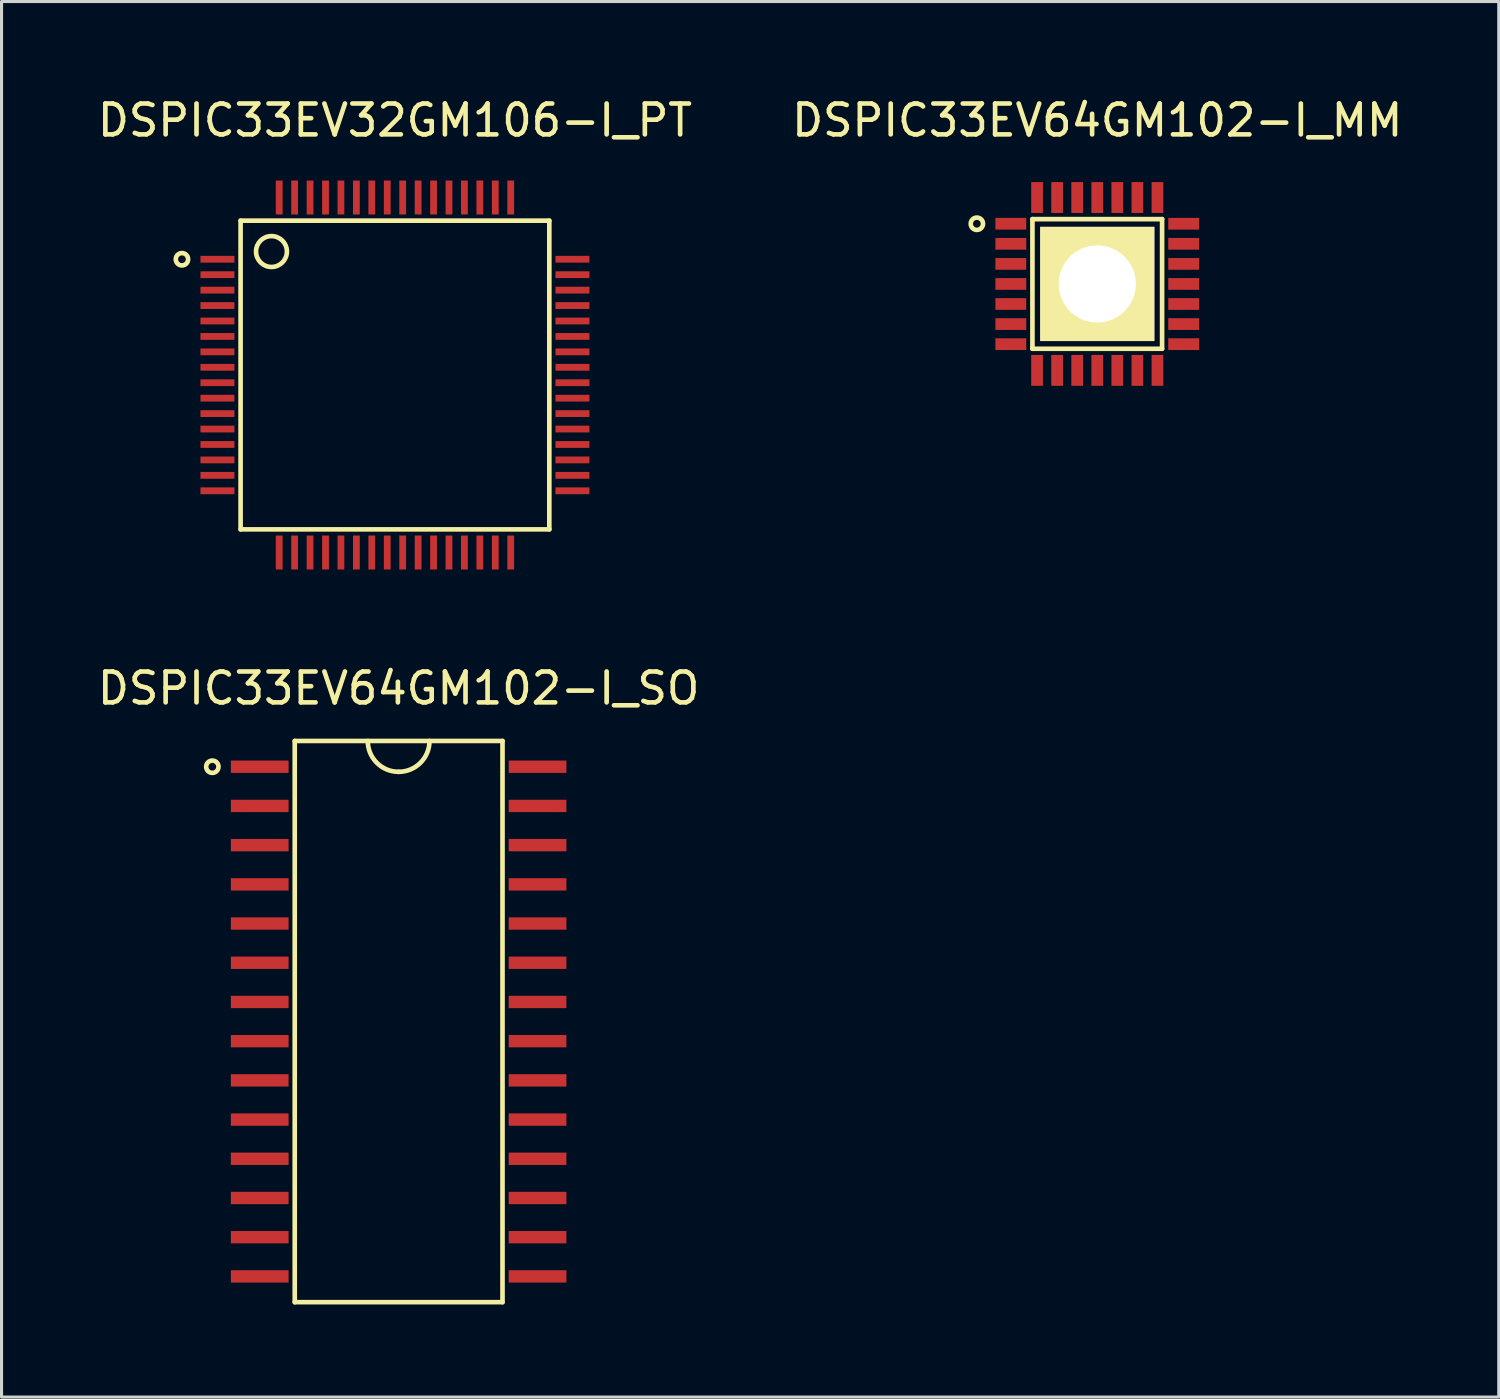
<source format=kicad_pcb>
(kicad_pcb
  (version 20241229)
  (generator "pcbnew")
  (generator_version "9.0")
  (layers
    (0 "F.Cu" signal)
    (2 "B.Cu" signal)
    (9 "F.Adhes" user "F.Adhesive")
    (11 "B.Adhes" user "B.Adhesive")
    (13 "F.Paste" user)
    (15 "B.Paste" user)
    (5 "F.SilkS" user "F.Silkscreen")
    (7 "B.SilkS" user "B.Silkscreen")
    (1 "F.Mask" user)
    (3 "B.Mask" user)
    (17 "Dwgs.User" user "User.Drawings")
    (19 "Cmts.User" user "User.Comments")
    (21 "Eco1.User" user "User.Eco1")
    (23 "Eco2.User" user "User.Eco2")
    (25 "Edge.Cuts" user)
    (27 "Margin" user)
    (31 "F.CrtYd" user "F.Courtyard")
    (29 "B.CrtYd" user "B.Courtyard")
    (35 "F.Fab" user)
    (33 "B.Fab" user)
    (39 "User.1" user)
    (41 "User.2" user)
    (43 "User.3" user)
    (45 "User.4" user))
  (footprint "DSPIC33EV64GM102-I_SO"
    (layer "F.Cu")
    (at 5.363 21.787)
    (property "Reference" "DSPIC33EV64GM102-I_SO" (at 4.5 -2.54 0) (layer "F.SilkS") (effects (font (size 1 1) (thickness 0.15))))
    (attr through_hole)
    (fp_line (start 1.135 -0.835) (end 7.865 -0.835) (stroke (width 0.15) (type solid)) (layer "F.SilkS"))
    (fp_line (start 1.135 17.345) (end 1.135 -0.835) (stroke (width 0.15) (type solid)) (layer "F.SilkS"))
    (fp_line (start 7.865 -0.835) (end 7.865 17.345) (stroke (width 0.15) (type solid)) (layer "F.SilkS"))
    (fp_line (start 7.865 17.345) (end 1.135 17.345) (stroke (width 0.15) (type solid)) (layer "F.SilkS"))
    (fp_arc (start 4.5 0.165) (mid 3.792893 -0.127893) (end 3.5 -0.835) (stroke (width 0.15) (type solid)) (layer "F.SilkS"))
    (fp_arc (start 5.5 -0.835) (mid 5.207107 -0.127893) (end 4.5 0.165) (stroke (width 0.15) (type solid)) (layer "F.SilkS"))
    (fp_circle (center -1.535 0) (end -1.535 0.2) (stroke (width 0.15) (type solid)) (fill no) (layer "F.SilkS"))
    (pad "1" smd rect (at 0 0) (size 1.87 0.4) (layers "F.Cu" "F.Mask" "F.Paste"))
    (pad "2" smd rect (at 0 1.27) (size 1.87 0.4) (layers "F.Cu" "F.Mask" "F.Paste"))
    (pad "3" smd rect (at 0 2.54) (size 1.87 0.4) (layers "F.Cu" "F.Mask" "F.Paste"))
    (pad "4" smd rect (at 0 3.81) (size 1.87 0.4) (layers "F.Cu" "F.Mask" "F.Paste"))
    (pad "5" smd rect (at 0 5.08) (size 1.87 0.4) (layers "F.Cu" "F.Mask" "F.Paste"))
    (pad "6" smd rect (at 0 6.35) (size 1.87 0.4) (layers "F.Cu" "F.Mask" "F.Paste"))
    (pad "7" smd rect (at 0 7.62) (size 1.87 0.4) (layers "F.Cu" "F.Mask" "F.Paste"))
    (pad "8" smd rect (at 0 8.89) (size 1.87 0.4) (layers "F.Cu" "F.Mask" "F.Paste"))
    (pad "9" smd rect (at 0 10.16) (size 1.87 0.4) (layers "F.Cu" "F.Mask" "F.Paste"))
    (pad "10" smd rect (at 0 11.43) (size 1.87 0.4) (layers "F.Cu" "F.Mask" "F.Paste"))
    (pad "11" smd rect (at 0 12.7) (size 1.87 0.4) (layers "F.Cu" "F.Mask" "F.Paste"))
    (pad "12" smd rect (at 0 13.97) (size 1.87 0.4) (layers "F.Cu" "F.Mask" "F.Paste"))
    (pad "13" smd rect (at 0 15.24) (size 1.87 0.4) (layers "F.Cu" "F.Mask" "F.Paste"))
    (pad "14" smd rect (at 0 16.51) (size 1.87 0.4) (layers "F.Cu" "F.Mask" "F.Paste"))
    (pad "15" smd rect (at 9 16.51) (size 1.87 0.4) (layers "F.Cu" "F.Mask" "F.Paste"))
    (pad "16" smd rect (at 9 15.24) (size 1.87 0.4) (layers "F.Cu" "F.Mask" "F.Paste"))
    (pad "17" smd rect (at 9 13.97) (size 1.87 0.4) (layers "F.Cu" "F.Mask" "F.Paste"))
    (pad "18" smd rect (at 9 12.7) (size 1.87 0.4) (layers "F.Cu" "F.Mask" "F.Paste"))
    (pad "19" smd rect (at 9 11.43) (size 1.87 0.4) (layers "F.Cu" "F.Mask" "F.Paste"))
    (pad "20" smd rect (at 9 10.16) (size 1.87 0.4) (layers "F.Cu" "F.Mask" "F.Paste"))
    (pad "21" smd rect (at 9 8.89) (size 1.87 0.4) (layers "F.Cu" "F.Mask" "F.Paste"))
    (pad "22" smd rect (at 9 7.62) (size 1.87 0.4) (layers "F.Cu" "F.Mask" "F.Paste"))
    (pad "23" smd rect (at 9 6.35) (size 1.87 0.4) (layers "F.Cu" "F.Mask" "F.Paste"))
    (pad "24" smd rect (at 9 5.08) (size 1.87 0.4) (layers "F.Cu" "F.Mask" "F.Paste"))
    (pad "25" smd rect (at 9 3.81) (size 1.87 0.4) (layers "F.Cu" "F.Mask" "F.Paste"))
    (pad "26" smd rect (at 9 2.54) (size 1.87 0.4) (layers "F.Cu" "F.Mask" "F.Paste"))
    (pad "27" smd rect (at 9 1.27) (size 1.87 0.4) (layers "F.Cu" "F.Mask" "F.Paste"))
    (pad "28" smd rect (at 9 0) (size 1.87 0.4) (layers "F.Cu" "F.Mask" "F.Paste")))
  (footprint "DSPIC33EV32GM106-I_PT"
    (layer "F.Cu")
    (at 3.994 3.348)
    (property "Reference" "DSPIC33EV32GM106-I_PT" (at 5.75 -2.5 0) (layer "F.SilkS") (effects (font (size 1 1) (thickness 0.15))))
    (attr through_hole)
    (fp_line (start 0.75 0.75) (end 0.75 10.75) (stroke (width 0.15) (type solid)) (layer "F.SilkS"))
    (fp_line (start 0.75 0.75) (end 10.75 0.75) (stroke (width 0.15) (type solid)) (layer "F.SilkS"))
    (fp_line (start 0.75 10.75) (end 10.75 10.75) (stroke (width 0.15) (type solid)) (layer "F.SilkS"))
    (fp_line (start 10.75 10.75) (end 10.75 0.75) (stroke (width 0.15) (type solid)) (layer "F.SilkS"))
    (fp_circle (center -1.15 2) (end -1.15 1.8) (stroke (width 0.15) (type solid)) (fill no) (layer "F.SilkS"))
    (fp_circle (center 1.75 1.75) (end 1.75 1.25) (stroke (width 0.15) (type solid)) (fill no) (layer "F.SilkS"))
    (pad "1" smd rect (at 0 2) (size 1.1 0.22) (layers "F.Cu" "F.Mask" "F.Paste"))
    (pad "2" smd rect (at 0 2.5) (size 1.1 0.22) (layers "F.Cu" "F.Mask" "F.Paste"))
    (pad "3" smd rect (at 0 3) (size 1.1 0.22) (layers "F.Cu" "F.Mask" "F.Paste"))
    (pad "4" smd rect (at 0 3.5) (size 1.1 0.22) (layers "F.Cu" "F.Mask" "F.Paste"))
    (pad "5" smd rect (at 0 4) (size 1.1 0.22) (layers "F.Cu" "F.Mask" "F.Paste"))
    (pad "6" smd rect (at 0 4.5) (size 1.1 0.22) (layers "F.Cu" "F.Mask" "F.Paste"))
    (pad "7" smd rect (at 0 5) (size 1.1 0.22) (layers "F.Cu" "F.Mask" "F.Paste"))
    (pad "8" smd rect (at 0 5.5) (size 1.1 0.22) (layers "F.Cu" "F.Mask" "F.Paste"))
    (pad "9" smd rect (at 0 6) (size 1.1 0.22) (layers "F.Cu" "F.Mask" "F.Paste"))
    (pad "10" smd rect (at 0 6.5) (size 1.1 0.22) (layers "F.Cu" "F.Mask" "F.Paste"))
    (pad "11" smd rect (at 0 7) (size 1.1 0.22) (layers "F.Cu" "F.Mask" "F.Paste"))
    (pad "12" smd rect (at 0 7.5) (size 1.1 0.22) (layers "F.Cu" "F.Mask" "F.Paste"))
    (pad "13" smd rect (at 0 8) (size 1.1 0.22) (layers "F.Cu" "F.Mask" "F.Paste"))
    (pad "14" smd rect (at 0 8.5) (size 1.1 0.22) (layers "F.Cu" "F.Mask" "F.Paste"))
    (pad "15" smd rect (at 0 9) (size 1.1 0.22) (layers "F.Cu" "F.Mask" "F.Paste"))
    (pad "16" smd rect (at 0 9.5) (size 1.1 0.22) (layers "F.Cu" "F.Mask" "F.Paste"))
    (pad "17" smd rect (at 2 11.5) (size 0.22 1.1) (layers "F.Cu" "F.Mask" "F.Paste"))
    (pad "18" smd rect (at 2.5 11.5) (size 0.22 1.1) (layers "F.Cu" "F.Mask" "F.Paste"))
    (pad "19" smd rect (at 3 11.5) (size 0.22 1.1) (layers "F.Cu" "F.Mask" "F.Paste"))
    (pad "20" smd rect (at 3.5 11.5) (size 0.22 1.1) (layers "F.Cu" "F.Mask" "F.Paste"))
    (pad "21" smd rect (at 4 11.5) (size 0.22 1.1) (layers "F.Cu" "F.Mask" "F.Paste"))
    (pad "22" smd rect (at 4.5 11.5) (size 0.22 1.1) (layers "F.Cu" "F.Mask" "F.Paste"))
    (pad "23" smd rect (at 5 11.5) (size 0.22 1.1) (layers "F.Cu" "F.Mask" "F.Paste"))
    (pad "24" smd rect (at 5.5 11.5) (size 0.22 1.1) (layers "F.Cu" "F.Mask" "F.Paste"))
    (pad "25" smd rect (at 6 11.5) (size 0.22 1.1) (layers "F.Cu" "F.Mask" "F.Paste"))
    (pad "26" smd rect (at 6.5 11.5) (size 0.22 1.1) (layers "F.Cu" "F.Mask" "F.Paste"))
    (pad "27" smd rect (at 7 11.5) (size 0.22 1.1) (layers "F.Cu" "F.Mask" "F.Paste"))
    (pad "28" smd rect (at 7.5 11.5) (size 0.22 1.1) (layers "F.Cu" "F.Mask" "F.Paste"))
    (pad "29" smd rect (at 8 11.5) (size 0.22 1.1) (layers "F.Cu" "F.Mask" "F.Paste"))
    (pad "30" smd rect (at 8.5 11.5) (size 0.22 1.1) (layers "F.Cu" "F.Mask" "F.Paste"))
    (pad "31" smd rect (at 9 11.5) (size 0.22 1.1) (layers "F.Cu" "F.Mask" "F.Paste"))
    (pad "32" smd rect (at 9.5 11.5) (size 0.22 1.1) (layers "F.Cu" "F.Mask" "F.Paste"))
    (pad "33" smd rect (at 11.5 9.5) (size 1.1 0.22) (layers "F.Cu" "F.Mask" "F.Paste"))
    (pad "34" smd rect (at 11.5 9) (size 1.1 0.22) (layers "F.Cu" "F.Mask" "F.Paste"))
    (pad "35" smd rect (at 11.5 8.5) (size 1.1 0.22) (layers "F.Cu" "F.Mask" "F.Paste"))
    (pad "36" smd rect (at 11.5 8) (size 1.1 0.22) (layers "F.Cu" "F.Mask" "F.Paste"))
    (pad "37" smd rect (at 11.5 7.5) (size 1.1 0.22) (layers "F.Cu" "F.Mask" "F.Paste"))
    (pad "38" smd rect (at 11.5 7) (size 1.1 0.22) (layers "F.Cu" "F.Mask" "F.Paste"))
    (pad "39" smd rect (at 11.5 6.5) (size 1.1 0.22) (layers "F.Cu" "F.Mask" "F.Paste"))
    (pad "40" smd rect (at 11.5 6) (size 1.1 0.22) (layers "F.Cu" "F.Mask" "F.Paste"))
    (pad "41" smd rect (at 11.5 5.5) (size 1.1 0.22) (layers "F.Cu" "F.Mask" "F.Paste"))
    (pad "42" smd rect (at 11.5 5) (size 1.1 0.22) (layers "F.Cu" "F.Mask" "F.Paste"))
    (pad "43" smd rect (at 11.5 4.5) (size 1.1 0.22) (layers "F.Cu" "F.Mask" "F.Paste"))
    (pad "44" smd rect (at 11.5 4) (size 1.1 0.22) (layers "F.Cu" "F.Mask" "F.Paste"))
    (pad "45" smd rect (at 11.5 3.5) (size 1.1 0.22) (layers "F.Cu" "F.Mask" "F.Paste"))
    (pad "46" smd rect (at 11.5 3) (size 1.1 0.22) (layers "F.Cu" "F.Mask" "F.Paste"))
    (pad "47" smd rect (at 11.5 2.5) (size 1.1 0.22) (layers "F.Cu" "F.Mask" "F.Paste"))
    (pad "48" smd rect (at 11.5 2) (size 1.1 0.22) (layers "F.Cu" "F.Mask" "F.Paste"))
    (pad "49" smd rect (at 9.5 0) (size 0.22 1.1) (layers "F.Cu" "F.Mask" "F.Paste"))
    (pad "50" smd rect (at 9 0) (size 0.22 1.1) (layers "F.Cu" "F.Mask" "F.Paste"))
    (pad "51" smd rect (at 8.5 0) (size 0.22 1.1) (layers "F.Cu" "F.Mask" "F.Paste"))
    (pad "52" smd rect (at 8 0) (size 0.22 1.1) (layers "F.Cu" "F.Mask" "F.Paste"))
    (pad "53" smd rect (at 7.5 0) (size 0.22 1.1) (layers "F.Cu" "F.Mask" "F.Paste"))
    (pad "54" smd rect (at 7 0) (size 0.22 1.1) (layers "F.Cu" "F.Mask" "F.Paste"))
    (pad "55" smd rect (at 6.5 0) (size 0.22 1.1) (layers "F.Cu" "F.Mask" "F.Paste"))
    (pad "56" smd rect (at 6 0) (size 0.22 1.1) (layers "F.Cu" "F.Mask" "F.Paste"))
    (pad "57" smd rect (at 5.5 0) (size 0.22 1.1) (layers "F.Cu" "F.Mask" "F.Paste"))
    (pad "58" smd rect (at 5 0) (size 0.22 1.1) (layers "F.Cu" "F.Mask" "F.Paste"))
    (pad "59" smd rect (at 4.5 0) (size 0.22 1.1) (layers "F.Cu" "F.Mask" "F.Paste"))
    (pad "60" smd rect (at 4 0) (size 0.22 1.1) (layers "F.Cu" "F.Mask" "F.Paste"))
    (pad "61" smd rect (at 3.5 0) (size 0.22 1.1) (layers "F.Cu" "F.Mask" "F.Paste"))
    (pad "62" smd rect (at 3 0) (size 0.22 1.1) (layers "F.Cu" "F.Mask" "F.Paste"))
    (pad "63" smd rect (at 2.5 0) (size 0.22 1.1) (layers "F.Cu" "F.Mask" "F.Paste"))
    (pad "64" smd rect (at 2 0) (size 0.22 1.1) (layers "F.Cu" "F.Mask" "F.Paste")))
  (footprint "DSPIC33EV64GM102-I_MM"
    (layer "F.Cu")
    (at 29.694 3.348)
    (property "Reference" "DSPIC33EV64GM102-I_MM" (at 2.8 -2.5 0) (layer "F.SilkS") (effects (font (size 1 1) (thickness 0.15))))
    (attr through_hole)
    (fp_line (start 0.7 0.7) (end 0.7 4.9) (stroke (width 0.15) (type solid)) (layer "F.SilkS"))
    (fp_line (start 0.7 0.7) (end 4.9 0.7) (stroke (width 0.15) (type solid)) (layer "F.SilkS"))
    (fp_line (start 0.7 4.9) (end 4.9 4.9) (stroke (width 0.15) (type solid)) (layer "F.SilkS"))
    (fp_line (start 4.9 4.9) (end 4.9 0.7) (stroke (width 0.15) (type solid)) (layer "F.SilkS"))
    (fp_circle (center -1.1 0.85) (end -1.1 0.65) (stroke (width 0.15) (type solid)) (fill no) (layer "F.SilkS"))
    (fp_circle (center 1.7 1.7) (end 1.7 1.2) (stroke (width 0.15) (type solid)) (fill no) (layer "F.SilkS"))
    (pad "1" smd rect (at 0 0.85) (size 1 0.38) (layers "F.Cu" "F.Mask" "F.Paste"))
    (pad "2" smd rect (at 0 1.5) (size 1 0.38) (layers "F.Cu" "F.Mask" "F.Paste"))
    (pad "3" smd rect (at 0 2.15) (size 1 0.38) (layers "F.Cu" "F.Mask" "F.Paste"))
    (pad "4" smd rect (at 0 2.8) (size 1 0.38) (layers "F.Cu" "F.Mask" "F.Paste"))
    (pad "5" smd rect (at 0 3.45) (size 1 0.38) (layers "F.Cu" "F.Mask" "F.Paste"))
    (pad "6" smd rect (at 0 4.1) (size 1 0.38) (layers "F.Cu" "F.Mask" "F.Paste"))
    (pad "7" smd rect (at 0 4.75) (size 1 0.38) (layers "F.Cu" "F.Mask" "F.Paste"))
    (pad "8" smd rect (at 0.85 5.6) (size 0.38 1) (layers "F.Cu" "F.Mask" "F.Paste"))
    (pad "9" smd rect (at 1.5 5.6) (size 0.38 1) (layers "F.Cu" "F.Mask" "F.Paste"))
    (pad "10" smd rect (at 2.15 5.6) (size 0.38 1) (layers "F.Cu" "F.Mask" "F.Paste"))
    (pad "11" smd rect (at 2.8 5.6) (size 0.38 1) (layers "F.Cu" "F.Mask" "F.Paste"))
    (pad "12" smd rect (at 3.45 5.6) (size 0.38 1) (layers "F.Cu" "F.Mask" "F.Paste"))
    (pad "13" smd rect (at 4.1 5.6) (size 0.38 1) (layers "F.Cu" "F.Mask" "F.Paste"))
    (pad "14" smd rect (at 4.75 5.6) (size 0.38 1) (layers "F.Cu" "F.Mask" "F.Paste"))
    (pad "15" smd rect (at 5.6 4.75) (size 1 0.38) (layers "F.Cu" "F.Mask" "F.Paste"))
    (pad "16" smd rect (at 5.6 4.1) (size 1 0.38) (layers "F.Cu" "F.Mask" "F.Paste"))
    (pad "17" smd rect (at 5.6 3.45) (size 1 0.38) (layers "F.Cu" "F.Mask" "F.Paste"))
    (pad "18" smd rect (at 5.6 2.8) (size 1 0.38) (layers "F.Cu" "F.Mask" "F.Paste"))
    (pad "19" smd rect (at 5.6 2.15) (size 1 0.38) (layers "F.Cu" "F.Mask" "F.Paste"))
    (pad "20" smd rect (at 5.6 1.5) (size 1 0.38) (layers "F.Cu" "F.Mask" "F.Paste"))
    (pad "21" smd rect (at 5.6 0.85) (size 1 0.38) (layers "F.Cu" "F.Mask" "F.Paste"))
    (pad "22" smd rect (at 4.75 0) (size 0.38 1) (layers "F.Cu" "F.Mask" "F.Paste"))
    (pad "23" smd rect (at 4.1 0) (size 0.38 1) (layers "F.Cu" "F.Mask" "F.Paste"))
    (pad "24" smd rect (at 3.45 0) (size 0.38 1) (layers "F.Cu" "F.Mask" "F.Paste"))
    (pad "25" smd rect (at 2.8 0) (size 0.38 1) (layers "F.Cu" "F.Mask" "F.Paste"))
    (pad "26" smd rect (at 2.15 0) (size 0.38 1) (layers "F.Cu" "F.Mask" "F.Paste"))
    (pad "27" smd rect (at 1.5 0) (size 0.38 1) (layers "F.Cu" "F.Mask" "F.Paste"))
    (pad "28" smd rect (at 0.85 0) (size 0.38 1) (layers "F.Cu" "F.Mask" "F.Paste"))
    (pad "999" thru_hole rect (at 2.8 2.8) (size 3.7 3.7) (drill 2.5) (layers "*.Cu" "*.Mask" "F.SilkS")))
  (gr_rect
    (start -3 -3)
    (end 45.5 42.206)
    (stroke (width 0.1) (type default))
    (fill no)
    (layer "Edge.Cuts")))
</source>
